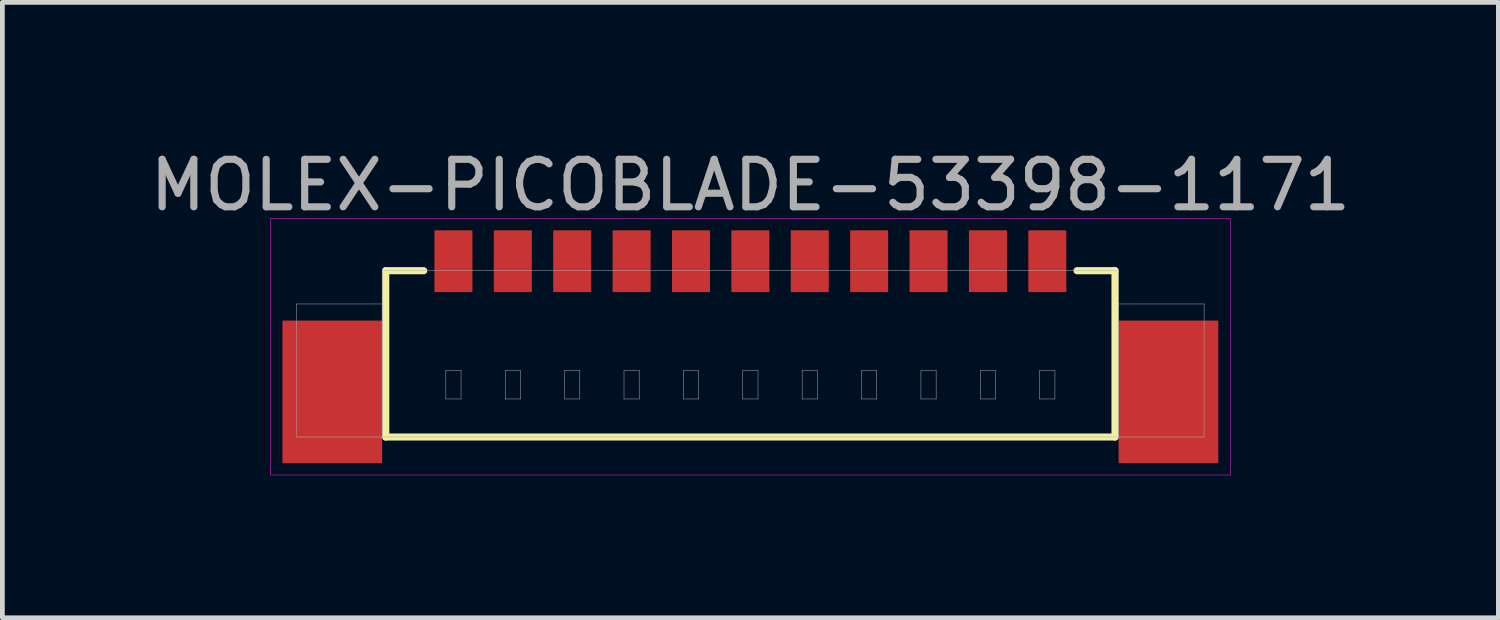
<source format=kicad_pcb>
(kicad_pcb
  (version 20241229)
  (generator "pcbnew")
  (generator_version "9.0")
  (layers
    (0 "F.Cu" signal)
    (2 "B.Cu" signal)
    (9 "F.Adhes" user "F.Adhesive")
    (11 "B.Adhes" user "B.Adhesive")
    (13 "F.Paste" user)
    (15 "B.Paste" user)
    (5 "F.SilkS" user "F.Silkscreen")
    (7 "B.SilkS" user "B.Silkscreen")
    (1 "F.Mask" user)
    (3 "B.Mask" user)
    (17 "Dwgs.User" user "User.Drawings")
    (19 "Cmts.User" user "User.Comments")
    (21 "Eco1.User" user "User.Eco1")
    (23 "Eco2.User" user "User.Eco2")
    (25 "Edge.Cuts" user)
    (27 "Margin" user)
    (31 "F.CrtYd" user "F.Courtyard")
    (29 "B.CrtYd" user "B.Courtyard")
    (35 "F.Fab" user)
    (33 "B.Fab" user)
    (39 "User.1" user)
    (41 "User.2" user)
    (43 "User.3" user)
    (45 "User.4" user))
  (footprint "MOLEX-PICOBLADE-53398-1171"
    (layer "F.Cu")
    (at 12.744 2.448)
    (property "Reference" "MOLEX-PICOBLADE-53398-1171" (at 0 -1.6 0) (layer "F.Fab") (effects (font (size 1 1) (thickness 0.15))))
    (attr through_hole)
    (fp_line (start -7.675 0.2) (end -7.675 3.7) (stroke (width 0.15) (type solid)) (layer "F.SilkS"))
    (fp_line (start -7.675 3.7) (end 7.675 3.7) (stroke (width 0.15) (type solid)) (layer "F.SilkS"))
    (fp_line (start -6.875 0.2) (end -7.675 0.2) (stroke (width 0.15) (type solid)) (layer "F.SilkS"))
    (fp_line (start 6.875 0.2) (end 7.675 0.2) (stroke (width 0.15) (type solid)) (layer "F.SilkS"))
    (fp_line (start 7.675 3.7) (end 7.675 0.2) (stroke (width 0.15) (type solid)) (layer "F.SilkS"))
    (fp_line (start -10.1 -0.9) (end 10.1 -0.9) (stroke (width 0.01) (type solid)) (layer "F.CrtYd"))
    (fp_line (start -10.1 4.5) (end -10.1 -0.9) (stroke (width 0.01) (type solid)) (layer "F.CrtYd"))
    (fp_line (start 10.1 -0.9) (end 10.1 4.5) (stroke (width 0.01) (type solid)) (layer "F.CrtYd"))
    (fp_line (start 10.1 4.5) (end -10.1 4.5) (stroke (width 0.01) (type solid)) (layer "F.CrtYd"))
    (fp_line (start -9.55 0.9) (end -7.75 0.9) (stroke (width 0.01) (type solid)) (layer "F.Fab"))
    (fp_line (start -9.55 3.7) (end -9.55 0.9) (stroke (width 0.01) (type solid)) (layer "F.Fab"))
    (fp_line (start -7.75 0.2) (end 7.75 0.2) (stroke (width 0.01) (type solid)) (layer "F.Fab"))
    (fp_line (start -7.75 0.9) (end -7.75 3.7) (stroke (width 0.01) (type solid)) (layer "F.Fab"))
    (fp_line (start -7.75 3.7) (end -9.55 3.7) (stroke (width 0.01) (type solid)) (layer "F.Fab"))
    (fp_line (start -7.75 3.7) (end -7.75 0.2) (stroke (width 0.01) (type solid)) (layer "F.Fab"))
    (fp_line (start -6.41 2.3) (end -6.09 2.3) (stroke (width 0.01) (type solid)) (layer "F.Fab"))
    (fp_line (start -6.41 2.9) (end -6.41 2.3) (stroke (width 0.01) (type solid)) (layer "F.Fab"))
    (fp_line (start -6.09 2.3) (end -6.09 2.9) (stroke (width 0.01) (type solid)) (layer "F.Fab"))
    (fp_line (start -6.09 2.9) (end -6.41 2.9) (stroke (width 0.01) (type solid)) (layer "F.Fab"))
    (fp_line (start -5.16 2.3) (end -4.84 2.3) (stroke (width 0.01) (type solid)) (layer "F.Fab"))
    (fp_line (start -5.16 2.9) (end -5.16 2.3) (stroke (width 0.01) (type solid)) (layer "F.Fab"))
    (fp_line (start -4.84 2.3) (end -4.84 2.9) (stroke (width 0.01) (type solid)) (layer "F.Fab"))
    (fp_line (start -4.84 2.9) (end -5.16 2.9) (stroke (width 0.01) (type solid)) (layer "F.Fab"))
    (fp_line (start -3.91 2.3) (end -3.59 2.3) (stroke (width 0.01) (type solid)) (layer "F.Fab"))
    (fp_line (start -3.91 2.9) (end -3.91 2.3) (stroke (width 0.01) (type solid)) (layer "F.Fab"))
    (fp_line (start -3.59 2.3) (end -3.59 2.9) (stroke (width 0.01) (type solid)) (layer "F.Fab"))
    (fp_line (start -3.59 2.9) (end -3.91 2.9) (stroke (width 0.01) (type solid)) (layer "F.Fab"))
    (fp_line (start -2.66 2.3) (end -2.34 2.3) (stroke (width 0.01) (type solid)) (layer "F.Fab"))
    (fp_line (start -2.66 2.9) (end -2.66 2.3) (stroke (width 0.01) (type solid)) (layer "F.Fab"))
    (fp_line (start -2.34 2.3) (end -2.34 2.9) (stroke (width 0.01) (type solid)) (layer "F.Fab"))
    (fp_line (start -2.34 2.9) (end -2.66 2.9) (stroke (width 0.01) (type solid)) (layer "F.Fab"))
    (fp_line (start -1.41 2.3) (end -1.09 2.3) (stroke (width 0.01) (type solid)) (layer "F.Fab"))
    (fp_line (start -1.41 2.9) (end -1.41 2.3) (stroke (width 0.01) (type solid)) (layer "F.Fab"))
    (fp_line (start -1.09 2.3) (end -1.09 2.9) (stroke (width 0.01) (type solid)) (layer "F.Fab"))
    (fp_line (start -1.09 2.9) (end -1.41 2.9) (stroke (width 0.01) (type solid)) (layer "F.Fab"))
    (fp_line (start -0.16 2.3) (end 0.16 2.3) (stroke (width 0.01) (type solid)) (layer "F.Fab"))
    (fp_line (start -0.16 2.9) (end -0.16 2.3) (stroke (width 0.01) (type solid)) (layer "F.Fab"))
    (fp_line (start 0.16 2.3) (end 0.16 2.9) (stroke (width 0.01) (type solid)) (layer "F.Fab"))
    (fp_line (start 0.16 2.9) (end -0.16 2.9) (stroke (width 0.01) (type solid)) (layer "F.Fab"))
    (fp_line (start 1.09 2.3) (end 1.41 2.3) (stroke (width 0.01) (type solid)) (layer "F.Fab"))
    (fp_line (start 1.09 2.9) (end 1.09 2.3) (stroke (width 0.01) (type solid)) (layer "F.Fab"))
    (fp_line (start 1.41 2.3) (end 1.41 2.9) (stroke (width 0.01) (type solid)) (layer "F.Fab"))
    (fp_line (start 1.41 2.9) (end 1.09 2.9) (stroke (width 0.01) (type solid)) (layer "F.Fab"))
    (fp_line (start 2.34 2.3) (end 2.66 2.3) (stroke (width 0.01) (type solid)) (layer "F.Fab"))
    (fp_line (start 2.34 2.9) (end 2.34 2.3) (stroke (width 0.01) (type solid)) (layer "F.Fab"))
    (fp_line (start 2.66 2.3) (end 2.66 2.9) (stroke (width 0.01) (type solid)) (layer "F.Fab"))
    (fp_line (start 2.66 2.9) (end 2.34 2.9) (stroke (width 0.01) (type solid)) (layer "F.Fab"))
    (fp_line (start 3.59 2.3) (end 3.91 2.3) (stroke (width 0.01) (type solid)) (layer "F.Fab"))
    (fp_line (start 3.59 2.9) (end 3.59 2.3) (stroke (width 0.01) (type solid)) (layer "F.Fab"))
    (fp_line (start 3.91 2.3) (end 3.91 2.9) (stroke (width 0.01) (type solid)) (layer "F.Fab"))
    (fp_line (start 3.91 2.9) (end 3.59 2.9) (stroke (width 0.01) (type solid)) (layer "F.Fab"))
    (fp_line (start 4.84 2.3) (end 5.16 2.3) (stroke (width 0.01) (type solid)) (layer "F.Fab"))
    (fp_line (start 4.84 2.9) (end 4.84 2.3) (stroke (width 0.01) (type solid)) (layer "F.Fab"))
    (fp_line (start 5.16 2.3) (end 5.16 2.9) (stroke (width 0.01) (type solid)) (layer "F.Fab"))
    (fp_line (start 5.16 2.9) (end 4.84 2.9) (stroke (width 0.01) (type solid)) (layer "F.Fab"))
    (fp_line (start 6.09 2.3) (end 6.41 2.3) (stroke (width 0.01) (type solid)) (layer "F.Fab"))
    (fp_line (start 6.09 2.9) (end 6.09 2.3) (stroke (width 0.01) (type solid)) (layer "F.Fab"))
    (fp_line (start 6.41 2.3) (end 6.41 2.9) (stroke (width 0.01) (type solid)) (layer "F.Fab"))
    (fp_line (start 6.41 2.9) (end 6.09 2.9) (stroke (width 0.01) (type solid)) (layer "F.Fab"))
    (fp_line (start 7.75 0.2) (end 7.75 3.7) (stroke (width 0.01) (type solid)) (layer "F.Fab"))
    (fp_line (start 7.75 0.9) (end 9.55 0.9) (stroke (width 0.01) (type solid)) (layer "F.Fab"))
    (fp_line (start 7.75 3.7) (end -7.75 3.7) (stroke (width 0.01) (type solid)) (layer "F.Fab"))
    (fp_line (start 7.75 3.7) (end 7.75 0.9) (stroke (width 0.01) (type solid)) (layer "F.Fab"))
    (fp_line (start 9.55 0.9) (end 9.55 3.7) (stroke (width 0.01) (type solid)) (layer "F.Fab"))
    (fp_line (start 9.55 3.7) (end 7.75 3.7) (stroke (width 0.01) (type solid)) (layer "F.Fab"))
    (pad "" smd rect (at -8.8 2.75) (size 2.1 3) (layers "F.Cu" "F.Mask" "F.Paste"))
    (pad "" smd rect (at 8.8 2.75) (size 2.1 3) (layers "F.Cu" "F.Mask" "F.Paste"))
    (pad "1" smd rect (at -6.25 0) (size 0.8 1.3) (layers "F.Cu" "F.Mask" "F.Paste"))
    (pad "2" smd rect (at -5 0) (size 0.8 1.3) (layers "F.Cu" "F.Mask" "F.Paste"))
    (pad "3" smd rect (at -3.75 0) (size 0.8 1.3) (layers "F.Cu" "F.Mask" "F.Paste"))
    (pad "4" smd rect (at -2.5 0) (size 0.8 1.3) (layers "F.Cu" "F.Mask" "F.Paste"))
    (pad "5" smd rect (at -1.25 0) (size 0.8 1.3) (layers "F.Cu" "F.Mask" "F.Paste"))
    (pad "6" smd rect (at 0 0) (size 0.8 1.3) (layers "F.Cu" "F.Mask" "F.Paste"))
    (pad "7" smd rect (at 1.25 0) (size 0.8 1.3) (layers "F.Cu" "F.Mask" "F.Paste"))
    (pad "8" smd rect (at 2.5 0) (size 0.8 1.3) (layers "F.Cu" "F.Mask" "F.Paste"))
    (pad "9" smd rect (at 3.75 0) (size 0.8 1.3) (layers "F.Cu" "F.Mask" "F.Paste"))
    (pad "10" smd rect (at 5 0) (size 0.8 1.3) (layers "F.Cu" "F.Mask" "F.Paste"))
    (pad "11" smd rect (at 6.25 0) (size 0.8 1.3) (layers "F.Cu" "F.Mask" "F.Paste")))
  (gr_rect
    (start -3 -3)
    (end 28.488 9.953)
    (stroke (width 0.1) (type default))
    (fill no)
    (layer "Edge.Cuts")))
</source>
